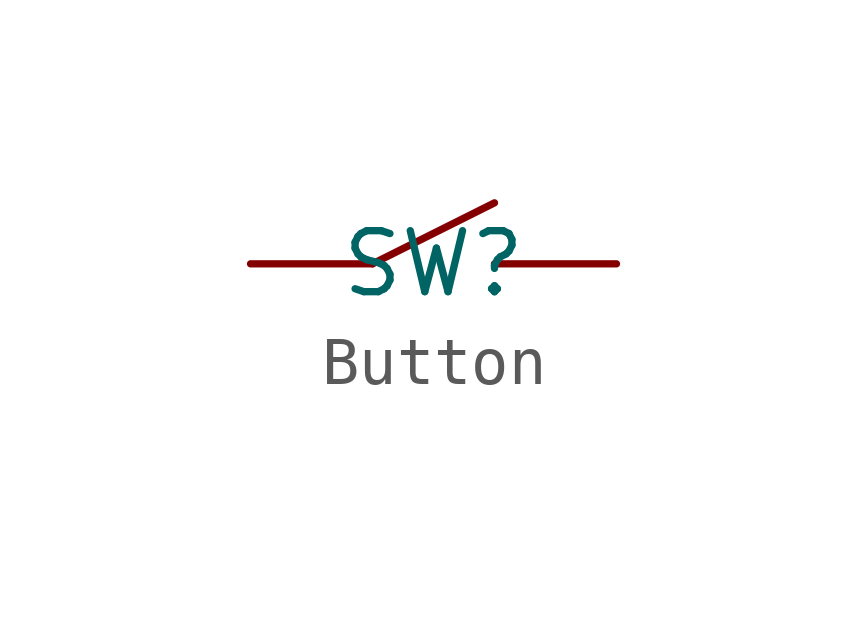
<source format=kicad_sym>
(kicad_symbol_lib
  (version 20241209)
  (generator "kicad_symbol_editor")
  (generator_version "9.0")
  (symbol "Button"
    (pin_numbers
      (hide yes))
    (pin_names
      (hide yes))
    (property "Reference" "SW"
      (at 0 0 0)
      (effects (font (size 1.27 1.27))))
    (symbol "Button_0_1"
      (polyline (pts (xy -1.27 0) (xy 1.27 1.27)) (stroke (width 0) (type default)) (fill (type none))))
    (symbol "Button_1_1"
      (pin passive line (at -3.81 0 0) (length 2.54) (name "1" (effects (font (size 1.27 1.27)))) (number "1" (effects (font (size 1.27 1.27)))))
      (pin passive line (at 3.81 0 180) (length 2.54) (name "2" (effects (font (size 1.27 1.27)))) (number "2" (effects (font (size 1.27 1.27))))))))
</source>
